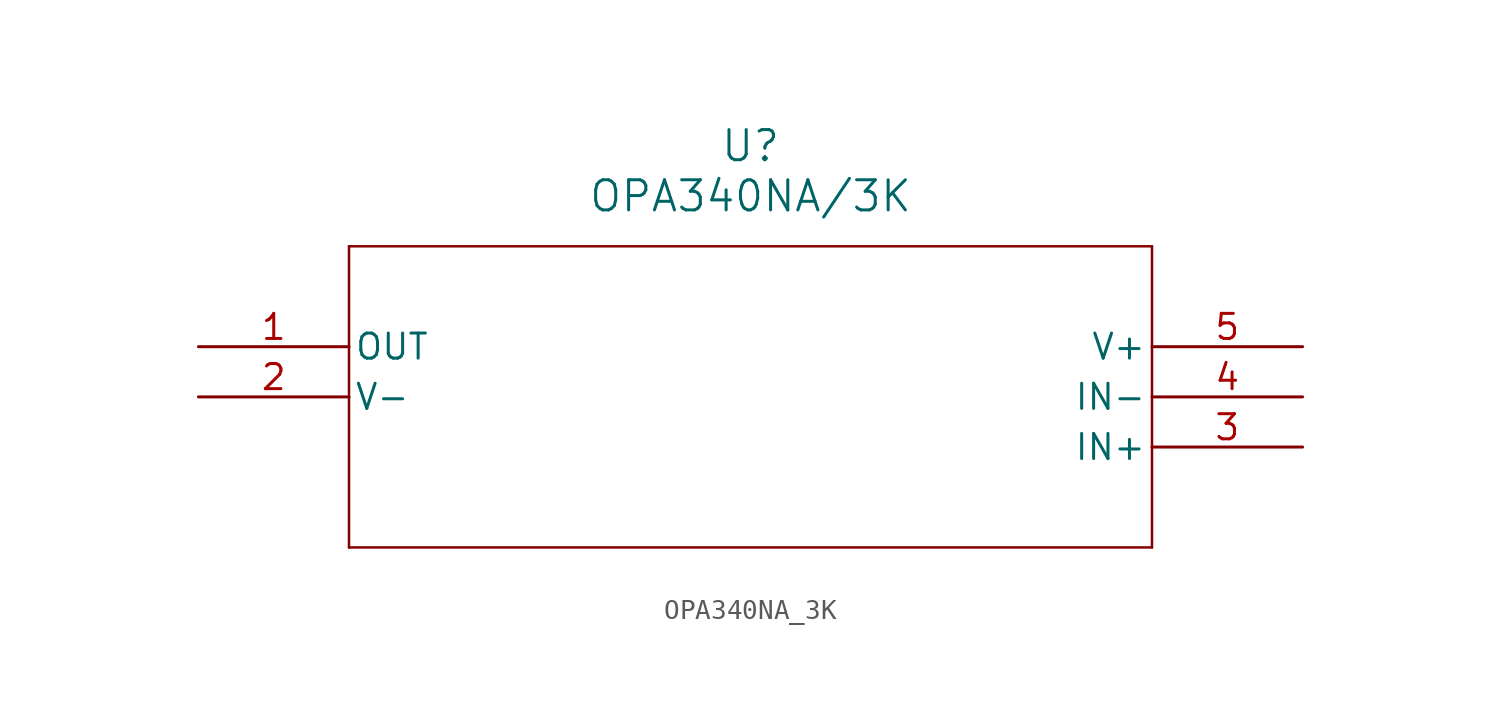
<source format=kicad_sym>
(kicad_symbol_lib
  (version 20211014)
  (generator kicad_symbol_editor)
  (symbol "OPA340NA_3K"
    (pin_names
      (offset 0.254))
    (property "Reference" "U"
      (at 27.94 10.16 0)
      (effects (font (size 1.524 1.524))))
    (property "Value" "OPA340NA/3K"
      (at 27.94 7.62 0)
      (effects (font (size 1.524 1.524))))
    (symbol "OPA340NA_3K_0_1"
      (polyline (pts (xy 7.62 5.08) (xy 7.62 -10.16)) (stroke (width 0.127) (type default) (color 0 0 0 0)) (fill (type none)))
      (polyline (pts (xy 7.62 -10.16) (xy 48.26 -10.16)) (stroke (width 0.127) (type default) (color 0 0 0 0)) (fill (type none)))
      (polyline (pts (xy 48.26 -10.16) (xy 48.26 5.08)) (stroke (width 0.127) (type default) (color 0 0 0 0)) (fill (type none)))
      (polyline (pts (xy 48.26 5.08) (xy 7.62 5.08)) (stroke (width 0.127) (type default) (color 0 0 0 0)) (fill (type none)))
      (pin output line (at 0 0 0) (length 7.62) (name "OUT" (effects (font (size 1.27 1.27)))) (number "1" (effects (font (size 1.27 1.27)))))
      (pin power_in line (at 0 -2.54 0) (length 7.62) (name "V-" (effects (font (size 1.27 1.27)))) (number "2" (effects (font (size 1.27 1.27)))))
      (pin input line (at 55.88 -5.08 180) (length 7.62) (name "IN+" (effects (font (size 1.27 1.27)))) (number "3" (effects (font (size 1.27 1.27)))))
      (pin input line (at 55.88 -2.54 180) (length 7.62) (name "IN-" (effects (font (size 1.27 1.27)))) (number "4" (effects (font (size 1.27 1.27)))))
      (pin power_in line (at 55.88 0 180) (length 7.62) (name "V+" (effects (font (size 1.27 1.27)))) (number "5" (effects (font (size 1.27 1.27))))))))
</source>
